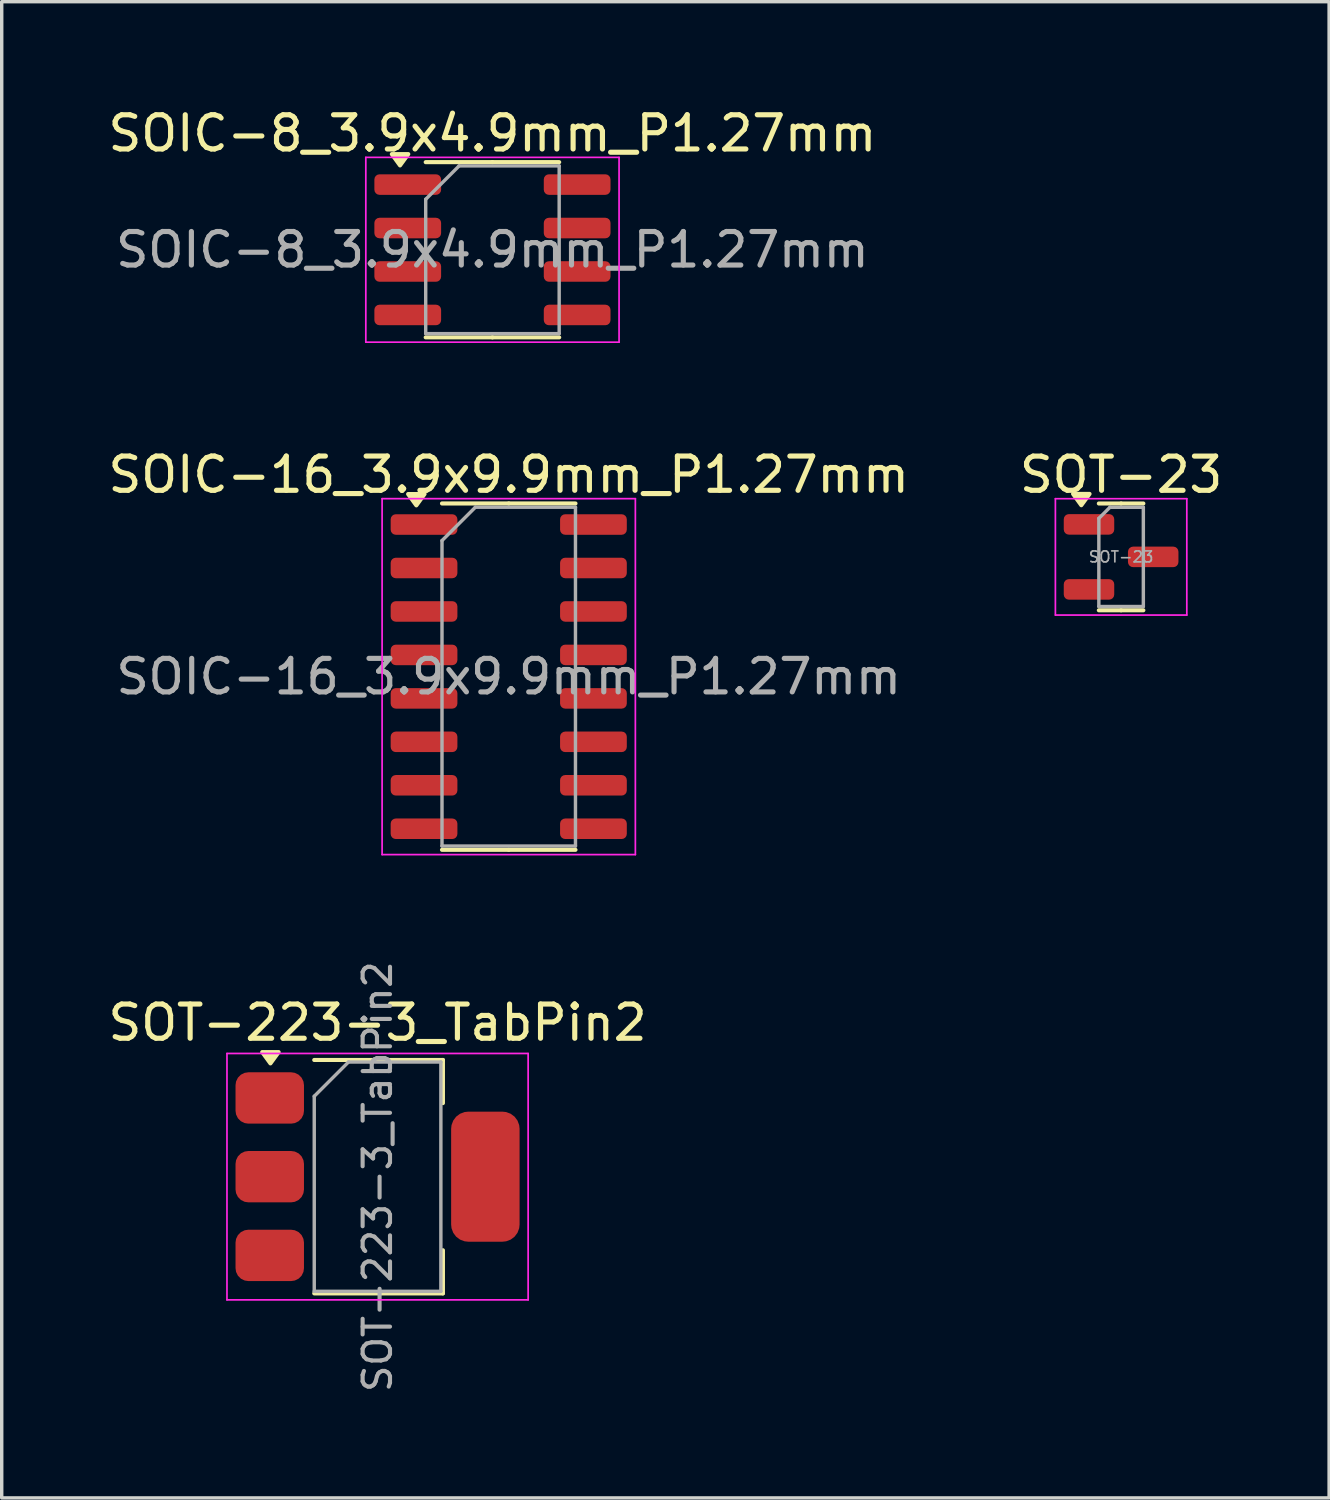
<source format=kicad_pcb>
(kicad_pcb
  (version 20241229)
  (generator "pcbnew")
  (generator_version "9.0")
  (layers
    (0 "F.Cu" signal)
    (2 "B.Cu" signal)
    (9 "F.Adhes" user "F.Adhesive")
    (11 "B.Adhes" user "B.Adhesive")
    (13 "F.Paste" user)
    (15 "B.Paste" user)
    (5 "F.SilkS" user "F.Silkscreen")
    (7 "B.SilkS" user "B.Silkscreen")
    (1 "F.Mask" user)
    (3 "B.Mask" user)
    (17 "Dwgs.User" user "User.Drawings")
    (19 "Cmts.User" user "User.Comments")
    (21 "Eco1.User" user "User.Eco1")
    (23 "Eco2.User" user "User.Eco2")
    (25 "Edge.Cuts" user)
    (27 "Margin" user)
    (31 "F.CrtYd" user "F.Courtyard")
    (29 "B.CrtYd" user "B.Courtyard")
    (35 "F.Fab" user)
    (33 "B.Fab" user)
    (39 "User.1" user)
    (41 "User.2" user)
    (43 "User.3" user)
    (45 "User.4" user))
  (footprint "SOIC-16_3.9x9.9mm_P1.27mm"
    (layer "F.Cu")
    (at 11.815 16.721)
    (property "Reference" "SOIC-16_3.9x9.9mm_P1.27mm" (at 0 -5.9 0) (layer "F.SilkS") (effects (font (size 1 1) (thickness 0.15))))
    (attr smd)
    (fp_line (start 0 -5.06) (end -1.95 -5.06) (stroke (width 0.12) (type solid)) (layer "F.SilkS"))
    (fp_line (start 0 -5.06) (end 1.95 -5.06) (stroke (width 0.12) (type solid)) (layer "F.SilkS"))
    (fp_line (start 0 5.06) (end -1.95 5.06) (stroke (width 0.12) (type solid)) (layer "F.SilkS"))
    (fp_line (start 0 5.06) (end 1.95 5.06) (stroke (width 0.12) (type solid)) (layer "F.SilkS"))
    (fp_poly (pts (xy -2.7 -5.005) (xy -2.94 -5.335) (xy -2.46 -5.335) (xy -2.7 -5.005)) (stroke (width 0.12) (type solid)) (fill yes) (layer "F.SilkS"))
    (fp_line (start -3.7 -5.2) (end -3.7 5.2) (stroke (width 0.05) (type solid)) (layer "F.CrtYd"))
    (fp_line (start -3.7 5.2) (end 3.7 5.2) (stroke (width 0.05) (type solid)) (layer "F.CrtYd"))
    (fp_line (start 3.7 -5.2) (end -3.7 -5.2) (stroke (width 0.05) (type solid)) (layer "F.CrtYd"))
    (fp_line (start 3.7 5.2) (end 3.7 -5.2) (stroke (width 0.05) (type solid)) (layer "F.CrtYd"))
    (fp_line (start -1.95 -3.975) (end -0.975 -4.95) (stroke (width 0.1) (type solid)) (layer "F.Fab"))
    (fp_line (start -1.95 4.95) (end -1.95 -3.975) (stroke (width 0.1) (type solid)) (layer "F.Fab"))
    (fp_line (start -0.975 -4.95) (end 1.95 -4.95) (stroke (width 0.1) (type solid)) (layer "F.Fab"))
    (fp_line (start 1.95 -4.95) (end 1.95 4.95) (stroke (width 0.1) (type solid)) (layer "F.Fab"))
    (fp_line (start 1.95 4.95) (end -1.95 4.95) (stroke (width 0.1) (type solid)) (layer "F.Fab"))
    (fp_text user "${REFERENCE}" (at 0 0 0) (layer "F.Fab") (effects (font (size 0.98 0.98) (thickness 0.15))))
    (pad "1" smd roundrect (at -2.475 -4.445) (size 1.95 0.6) (layers "F.Cu" "F.Mask" "F.Paste") (roundrect_rratio 0.25))
    (pad "2" smd roundrect (at -2.475 -3.175) (size 1.95 0.6) (layers "F.Cu" "F.Mask" "F.Paste") (roundrect_rratio 0.25))
    (pad "3" smd roundrect (at -2.475 -1.905) (size 1.95 0.6) (layers "F.Cu" "F.Mask" "F.Paste") (roundrect_rratio 0.25))
    (pad "4" smd roundrect (at -2.475 -0.635) (size 1.95 0.6) (layers "F.Cu" "F.Mask" "F.Paste") (roundrect_rratio 0.25))
    (pad "5" smd roundrect (at -2.475 0.635) (size 1.95 0.6) (layers "F.Cu" "F.Mask" "F.Paste") (roundrect_rratio 0.25))
    (pad "6" smd roundrect (at -2.475 1.905) (size 1.95 0.6) (layers "F.Cu" "F.Mask" "F.Paste") (roundrect_rratio 0.25))
    (pad "7" smd roundrect (at -2.475 3.175) (size 1.95 0.6) (layers "F.Cu" "F.Mask" "F.Paste") (roundrect_rratio 0.25))
    (pad "8" smd roundrect (at -2.475 4.445) (size 1.95 0.6) (layers "F.Cu" "F.Mask" "F.Paste") (roundrect_rratio 0.25))
    (pad "9" smd roundrect (at 2.475 4.445) (size 1.95 0.6) (layers "F.Cu" "F.Mask" "F.Paste") (roundrect_rratio 0.25))
    (pad "10" smd roundrect (at 2.475 3.175) (size 1.95 0.6) (layers "F.Cu" "F.Mask" "F.Paste") (roundrect_rratio 0.25))
    (pad "11" smd roundrect (at 2.475 1.905) (size 1.95 0.6) (layers "F.Cu" "F.Mask" "F.Paste") (roundrect_rratio 0.25))
    (pad "12" smd roundrect (at 2.475 0.635) (size 1.95 0.6) (layers "F.Cu" "F.Mask" "F.Paste") (roundrect_rratio 0.25))
    (pad "13" smd roundrect (at 2.475 -0.635) (size 1.95 0.6) (layers "F.Cu" "F.Mask" "F.Paste") (roundrect_rratio 0.25))
    (pad "14" smd roundrect (at 2.475 -1.905) (size 1.95 0.6) (layers "F.Cu" "F.Mask" "F.Paste") (roundrect_rratio 0.25))
    (pad "15" smd roundrect (at 2.475 -3.175) (size 1.95 0.6) (layers "F.Cu" "F.Mask" "F.Paste") (roundrect_rratio 0.25))
    (pad "16" smd roundrect (at 2.475 -4.445) (size 1.95 0.6) (layers "F.Cu" "F.Mask" "F.Paste") (roundrect_rratio 0.25)))
  (footprint "SOT-23"
    (layer "F.Cu")
    (at 29.708 13.222)
    (property "Reference" "SOT-23" (at 0 -2.4 0) (layer "F.SilkS") (effects (font (size 1 1) (thickness 0.15))))
    (attr smd)
    (fp_line (start 0 -1.56) (end -0.65 -1.56) (stroke (width 0.12) (type solid)) (layer "F.SilkS"))
    (fp_line (start 0 -1.56) (end 0.65 -1.56) (stroke (width 0.12) (type solid)) (layer "F.SilkS"))
    (fp_line (start 0 1.56) (end -0.65 1.56) (stroke (width 0.12) (type solid)) (layer "F.SilkS"))
    (fp_line (start 0 1.56) (end 0.65 1.56) (stroke (width 0.12) (type solid)) (layer "F.SilkS"))
    (fp_poly (pts (xy -1.163 -1.51) (xy -1.403 -1.84) (xy -0.922 -1.84) (xy -1.163 -1.51)) (stroke (width 0.12) (type solid)) (fill yes) (layer "F.SilkS"))
    (fp_line (start -1.92 -1.7) (end -1.92 1.7) (stroke (width 0.05) (type solid)) (layer "F.CrtYd"))
    (fp_line (start -1.92 1.7) (end 1.92 1.7) (stroke (width 0.05) (type solid)) (layer "F.CrtYd"))
    (fp_line (start 1.92 -1.7) (end -1.92 -1.7) (stroke (width 0.05) (type solid)) (layer "F.CrtYd"))
    (fp_line (start 1.92 1.7) (end 1.92 -1.7) (stroke (width 0.05) (type solid)) (layer "F.CrtYd"))
    (fp_line (start -0.65 -1.125) (end -0.325 -1.45) (stroke (width 0.1) (type solid)) (layer "F.Fab"))
    (fp_line (start -0.65 1.45) (end -0.65 -1.125) (stroke (width 0.1) (type solid)) (layer "F.Fab"))
    (fp_line (start -0.325 -1.45) (end 0.65 -1.45) (stroke (width 0.1) (type solid)) (layer "F.Fab"))
    (fp_line (start 0.65 -1.45) (end 0.65 1.45) (stroke (width 0.1) (type solid)) (layer "F.Fab"))
    (fp_line (start 0.65 1.45) (end -0.65 1.45) (stroke (width 0.1) (type solid)) (layer "F.Fab"))
    (fp_text user "${REFERENCE}" (at 0 0 0) (layer "F.Fab") (effects (font (size 0.32 0.32) (thickness 0.05))))
    (pad "1" smd roundrect (at -0.938 -0.95) (size 1.475 0.6) (layers "F.Cu" "F.Mask" "F.Paste") (roundrect_rratio 0.25))
    (pad "2" smd roundrect (at -0.938 0.95) (size 1.475 0.6) (layers "F.Cu" "F.Mask" "F.Paste") (roundrect_rratio 0.25))
    (pad "3" smd roundrect (at 0.938 0) (size 1.475 0.6) (layers "F.Cu" "F.Mask" "F.Paste") (roundrect_rratio 0.25)))
  (footprint "SOIC-8_3.9x4.9mm_P1.27mm"
    (layer "F.Cu")
    (at 11.339 4.248)
    (property "Reference" "SOIC-8_3.9x4.9mm_P1.27mm" (at 0 -3.4 0) (layer "F.SilkS") (effects (font (size 1 1) (thickness 0.15))))
    (attr smd)
    (fp_line (start 0 -2.56) (end -1.95 -2.56) (stroke (width 0.12) (type solid)) (layer "F.SilkS"))
    (fp_line (start 0 -2.56) (end 1.95 -2.56) (stroke (width 0.12) (type solid)) (layer "F.SilkS"))
    (fp_line (start 0 2.56) (end -1.95 2.56) (stroke (width 0.12) (type solid)) (layer "F.SilkS"))
    (fp_line (start 0 2.56) (end 1.95 2.56) (stroke (width 0.12) (type solid)) (layer "F.SilkS"))
    (fp_poly (pts (xy -2.7 -2.465) (xy -2.94 -2.795) (xy -2.46 -2.795) (xy -2.7 -2.465)) (stroke (width 0.12) (type solid)) (fill yes) (layer "F.SilkS"))
    (fp_line (start -3.7 -2.7) (end -3.7 2.7) (stroke (width 0.05) (type solid)) (layer "F.CrtYd"))
    (fp_line (start -3.7 2.7) (end 3.7 2.7) (stroke (width 0.05) (type solid)) (layer "F.CrtYd"))
    (fp_line (start 3.7 -2.7) (end -3.7 -2.7) (stroke (width 0.05) (type solid)) (layer "F.CrtYd"))
    (fp_line (start 3.7 2.7) (end 3.7 -2.7) (stroke (width 0.05) (type solid)) (layer "F.CrtYd"))
    (fp_line (start -1.95 -1.475) (end -0.975 -2.45) (stroke (width 0.1) (type solid)) (layer "F.Fab"))
    (fp_line (start -1.95 2.45) (end -1.95 -1.475) (stroke (width 0.1) (type solid)) (layer "F.Fab"))
    (fp_line (start -0.975 -2.45) (end 1.95 -2.45) (stroke (width 0.1) (type solid)) (layer "F.Fab"))
    (fp_line (start 1.95 -2.45) (end 1.95 2.45) (stroke (width 0.1) (type solid)) (layer "F.Fab"))
    (fp_line (start 1.95 2.45) (end -1.95 2.45) (stroke (width 0.1) (type solid)) (layer "F.Fab"))
    (fp_text user "${REFERENCE}" (at 0 0 0) (layer "F.Fab") (effects (font (size 0.98 0.98) (thickness 0.15))))
    (pad "1" smd roundrect (at -2.475 -1.905) (size 1.95 0.6) (layers "F.Cu" "F.Mask" "F.Paste") (roundrect_rratio 0.25))
    (pad "2" smd roundrect (at -2.475 -0.635) (size 1.95 0.6) (layers "F.Cu" "F.Mask" "F.Paste") (roundrect_rratio 0.25))
    (pad "3" smd roundrect (at -2.475 0.635) (size 1.95 0.6) (layers "F.Cu" "F.Mask" "F.Paste") (roundrect_rratio 0.25))
    (pad "4" smd roundrect (at -2.475 1.905) (size 1.95 0.6) (layers "F.Cu" "F.Mask" "F.Paste") (roundrect_rratio 0.25))
    (pad "5" smd roundrect (at 2.475 1.905) (size 1.95 0.6) (layers "F.Cu" "F.Mask" "F.Paste") (roundrect_rratio 0.25))
    (pad "6" smd roundrect (at 2.475 0.635) (size 1.95 0.6) (layers "F.Cu" "F.Mask" "F.Paste") (roundrect_rratio 0.25))
    (pad "7" smd roundrect (at 2.475 -0.635) (size 1.95 0.6) (layers "F.Cu" "F.Mask" "F.Paste") (roundrect_rratio 0.25))
    (pad "8" smd roundrect (at 2.475 -1.905) (size 1.95 0.6) (layers "F.Cu" "F.Mask" "F.Paste") (roundrect_rratio 0.25)))
  (footprint "SOT-223-3_TabPin2"
    (layer "F.Cu")
    (at 7.982 31.332)
    (property "Reference" "SOT-223-3_TabPin2" (at 0 -4.5 180) (layer "F.SilkS") (effects (font (size 1 1) (thickness 0.15))))
    (attr smd)
    (fp_line (start -1.85 -3.41) (end 1.91 -3.41) (stroke (width 0.12) (type solid)) (layer "F.SilkS"))
    (fp_line (start -1.85 3.41) (end 1.91 3.41) (stroke (width 0.12) (type solid)) (layer "F.SilkS"))
    (fp_line (start 1.91 -3.41) (end 1.91 -2.15) (stroke (width 0.12) (type solid)) (layer "F.SilkS"))
    (fp_line (start 1.91 3.41) (end 1.91 2.15) (stroke (width 0.12) (type solid)) (layer "F.SilkS"))
    (fp_poly (pts (xy -3.13 -3.31) (xy -3.37 -3.64) (xy -2.89 -3.64) (xy -3.13 -3.31)) (stroke (width 0.12) (type solid)) (fill yes) (layer "F.SilkS"))
    (fp_line (start -4.4 -3.6) (end -4.4 3.6) (stroke (width 0.05) (type solid)) (layer "F.CrtYd"))
    (fp_line (start -4.4 3.6) (end 4.4 3.6) (stroke (width 0.05) (type solid)) (layer "F.CrtYd"))
    (fp_line (start 4.4 -3.6) (end -4.4 -3.6) (stroke (width 0.05) (type solid)) (layer "F.CrtYd"))
    (fp_line (start 4.4 3.6) (end 4.4 -3.6) (stroke (width 0.05) (type solid)) (layer "F.CrtYd"))
    (fp_line (start -1.85 -2.35) (end -1.85 3.35) (stroke (width 0.1) (type solid)) (layer "F.Fab"))
    (fp_line (start -1.85 -2.35) (end -0.85 -3.35) (stroke (width 0.1) (type solid)) (layer "F.Fab"))
    (fp_line (start -1.85 3.35) (end 1.85 3.35) (stroke (width 0.1) (type solid)) (layer "F.Fab"))
    (fp_line (start -0.85 -3.35) (end 1.85 -3.35) (stroke (width 0.1) (type solid)) (layer "F.Fab"))
    (fp_line (start 1.85 -3.35) (end 1.85 3.35) (stroke (width 0.1) (type solid)) (layer "F.Fab"))
    (fp_text user "${REFERENCE}" (at 0 0 270) (layer "F.Fab") (effects (font (size 0.8 0.8) (thickness 0.12))))
    (pad "1" smd roundrect (at -3.15 -2.3) (size 2 1.5) (layers "F.Cu" "F.Mask" "F.Paste") (roundrect_rratio 0.25))
    (pad "2" smd roundrect (at -3.15 0) (size 2 1.5) (layers "F.Cu" "F.Mask" "F.Paste") (roundrect_rratio 0.25))
    (pad "2" smd roundrect (at 3.15 0) (size 2 3.8) (layers "F.Cu" "F.Mask" "F.Paste") (roundrect_rratio 0.25))
    (pad "3" smd roundrect (at -3.15 2.3) (size 2 1.5) (layers "F.Cu" "F.Mask" "F.Paste") (roundrect_rratio 0.25)))
  (gr_rect
    (start -3 -3)
    (end 35.786 40.718)
    (stroke (width 0.1) (type default))
    (fill no)
    (layer "Edge.Cuts")))
</source>
